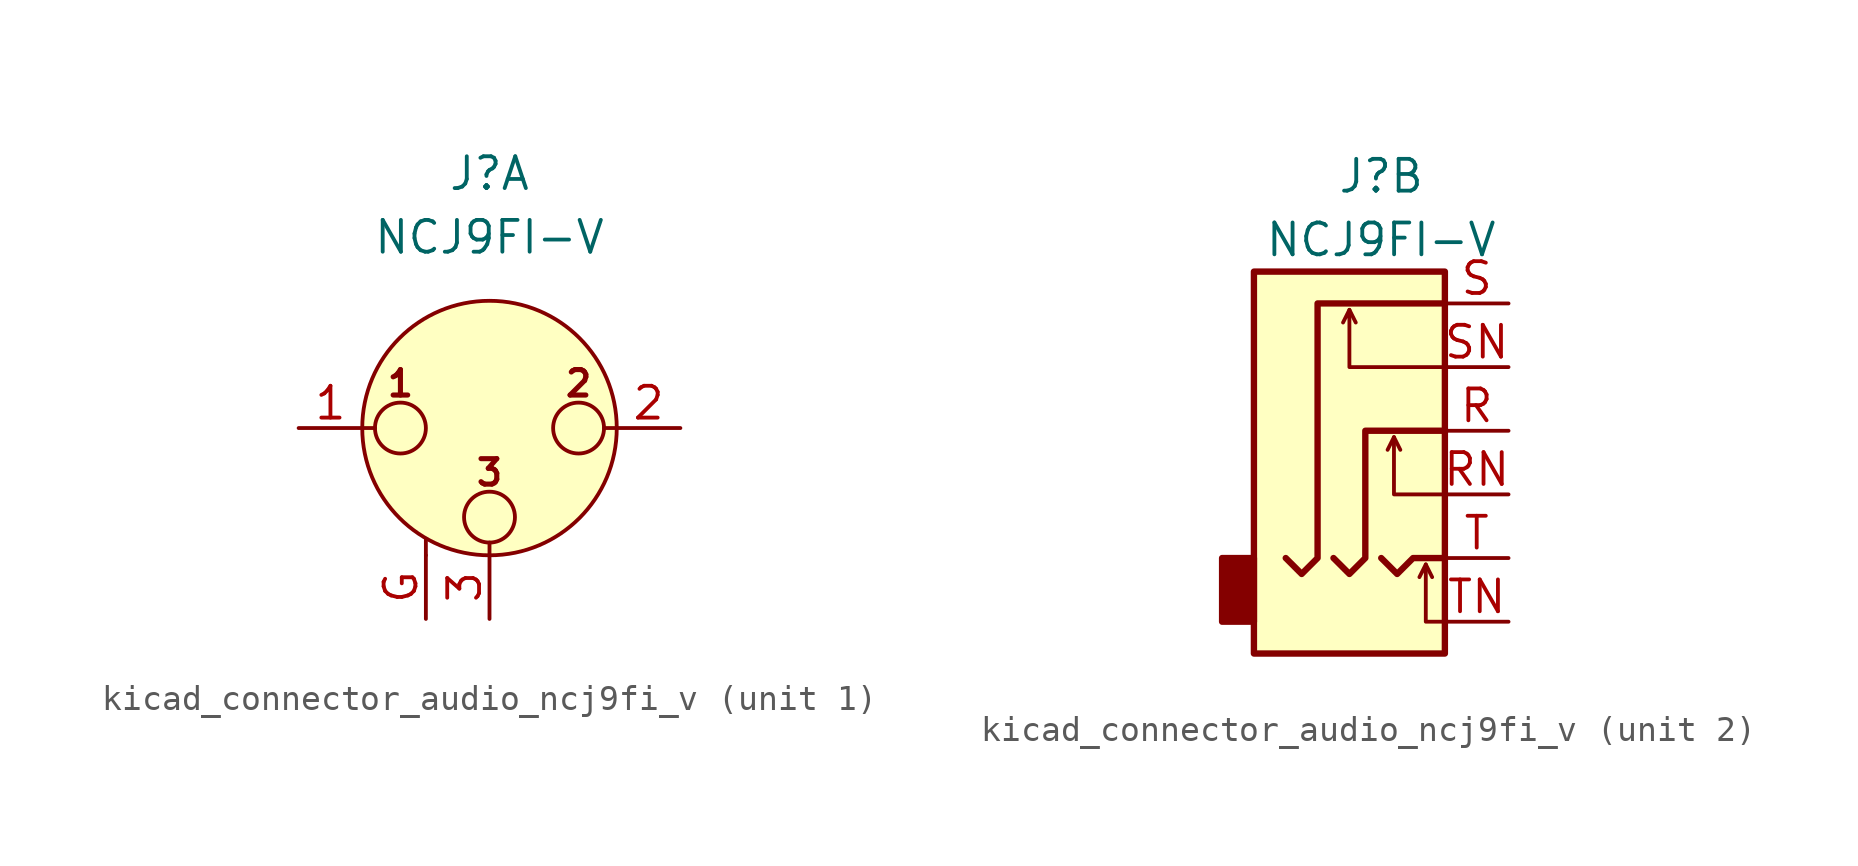
<source format=kicad_sym>
(kicad_symbol_lib
  (version 20220914)
  (generator kicad_symbol_editor)
  (symbol "kicad_connector_audio_ncj9fi_v"
    (pin_names hide)
    (property "Reference" "J"
      (at 0 10.16 0)
      (effects (font (size 1.27 1.27))))
    (property "Value" "NCJ9FI-V"
      (at 0 7.62 0)
      (effects (font (size 1.27 1.27))))
    (symbol "kicad_connector_audio_ncj9fi_v_1_1"
      (circle (center -3.556 0) (radius 1.016) (stroke (width 0) (type default)) (fill (type none)))
      (circle (center 0 -3.556) (radius 1.016) (stroke (width 0) (type default)) (fill (type none)))
      (polyline (pts (xy -5.08 0) (xy -4.572 0)) (stroke (width 0) (type default)) (fill (type none)))
      (polyline (pts (xy -2.54 -5.08) (xy -2.54 -4.445)) (stroke (width 0) (type default)) (fill (type none)))
      (polyline (pts (xy 0 -5.08) (xy 0 -4.572)) (stroke (width 0) (type default)) (fill (type none)))
      (polyline (pts (xy 5.08 0) (xy 4.572 0)) (stroke (width 0) (type default)) (fill (type none)))
      (circle (center 0 0) (radius 5.08) (stroke (width 0) (type default)) (fill (type background)))
      (circle (center 3.556 0) (radius 1.016) (stroke (width 0) (type default)) (fill (type none)))
      (text "1" (at -3.556 1.778 0) (effects (font (size 1.016 1.016) bold)))
      (text "2" (at 3.556 1.778 0) (effects (font (size 1.016 1.016) bold)))
      (text "3" (at 0 -1.778 0) (effects (font (size 1.016 1.016) bold)))
      (pin passive line (at -7.62 0 0) (length 2.54) (name "~" (effects (font (size 1.27 1.27)))) (number "1" (effects (font (size 1.27 1.27)))))
      (pin passive line (at 7.62 0 180) (length 2.54) (name "~" (effects (font (size 1.27 1.27)))) (number "2" (effects (font (size 1.27 1.27)))))
      (pin passive line (at 0 -7.62 90) (length 2.54) (name "~" (effects (font (size 1.27 1.27)))) (number "3" (effects (font (size 1.27 1.27)))))
      (pin passive line (at -2.54 -7.62 90) (length 2.54) (name "~" (effects (font (size 1.27 1.27)))) (number "G" (effects (font (size 1.27 1.27))))))
    (symbol "kicad_connector_audio_ncj9fi_v_2_1"
      (rectangle (start -5.08 -5.08) (end -6.35 -7.62) (stroke (width 0.254) (type default)) (fill (type outline)))
      (polyline (pts (xy -1.27 4.826) (xy -1.016 4.318)) (stroke (width 0) (type default)) (fill (type none)))
      (polyline (pts (xy 0.508 -0.254) (xy 0.762 -0.762)) (stroke (width 0) (type default)) (fill (type none)))
      (polyline (pts (xy 1.778 -5.334) (xy 2.032 -5.842)) (stroke (width 0) (type default)) (fill (type none)))
      (polyline (pts (xy 0 -5.08) (xy 0.635 -5.715) (xy 1.27 -5.08) (xy 2.54 -5.08)) (stroke (width 0.254) (type default)) (fill (type none)))
      (polyline (pts (xy 2.54 -7.62) (xy 1.778 -7.62) (xy 1.778 -5.334) (xy 1.524 -5.842)) (stroke (width 0) (type default)) (fill (type none)))
      (polyline (pts (xy 2.54 -2.54) (xy 0.508 -2.54) (xy 0.508 -0.254) (xy 0.254 -0.762)) (stroke (width 0) (type default)) (fill (type none)))
      (polyline (pts (xy 2.54 2.54) (xy -1.27 2.54) (xy -1.27 4.826) (xy -1.524 4.318)) (stroke (width 0) (type default)) (fill (type none)))
      (polyline (pts (xy -1.905 -5.08) (xy -1.27 -5.715) (xy -0.635 -5.08) (xy -0.635 0) (xy 2.54 0)) (stroke (width 0.254) (type default)) (fill (type none)))
      (polyline (pts (xy 2.54 5.08) (xy -2.54 5.08) (xy -2.54 -5.08) (xy -3.175 -5.715) (xy -3.81 -5.08)) (stroke (width 0.254) (type default)) (fill (type none)))
      (rectangle (start 2.54 6.35) (end -5.08 -8.89) (stroke (width 0.254) (type default)) (fill (type background)))
      (pin passive line (at 5.08 0 180) (length 2.54) (name "~" (effects (font (size 1.27 1.27)))) (number "R" (effects (font (size 1.27 1.27)))))
      (pin passive line (at 5.08 -2.54 180) (length 2.54) (name "~" (effects (font (size 1.27 1.27)))) (number "RN" (effects (font (size 1.27 1.27)))))
      (pin passive line (at 5.08 5.08 180) (length 2.54) (name "~" (effects (font (size 1.27 1.27)))) (number "S" (effects (font (size 1.27 1.27)))))
      (pin passive line (at 5.08 2.54 180) (length 2.54) (name "~" (effects (font (size 1.27 1.27)))) (number "SN" (effects (font (size 1.27 1.27)))))
      (pin passive line (at 5.08 -5.08 180) (length 2.54) (name "~" (effects (font (size 1.27 1.27)))) (number "T" (effects (font (size 1.27 1.27)))))
      (pin passive line (at 5.08 -7.62 180) (length 2.54) (name "~" (effects (font (size 1.27 1.27)))) (number "TN" (effects (font (size 1.27 1.27))))))))
</source>
